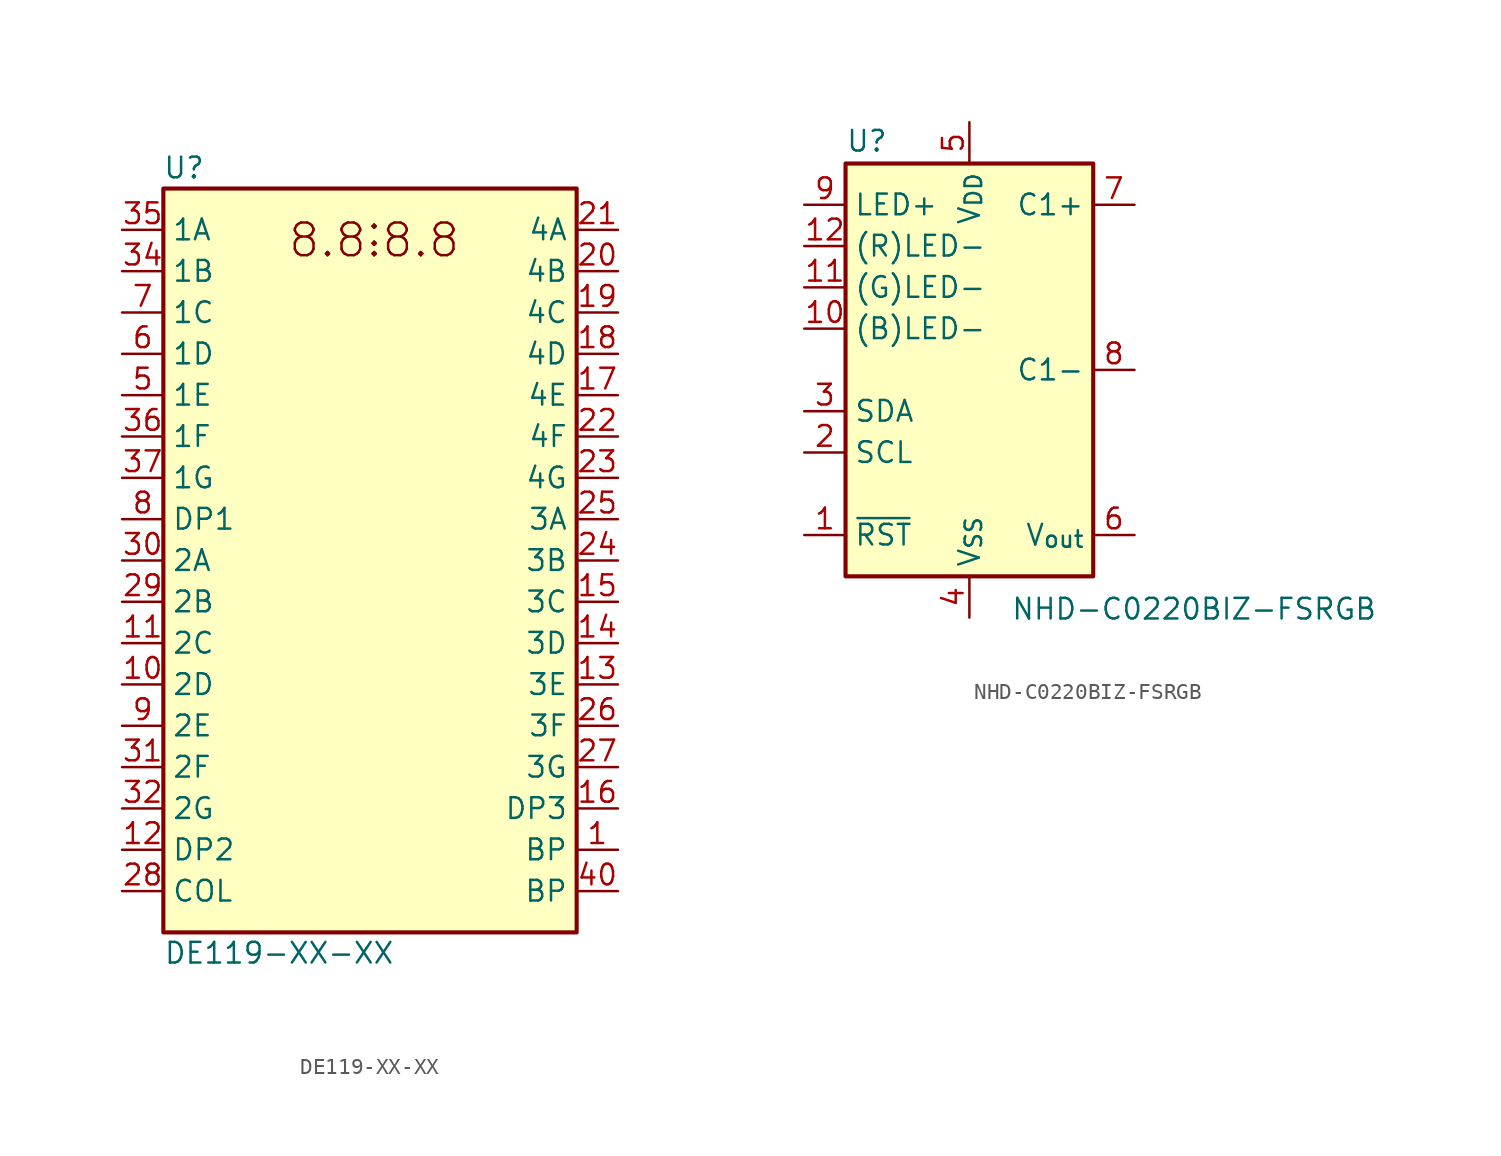
<source format=kicad_sym>
(kicad_symbol_lib
  (version 20220914)
  (generator kicad_symbol_editor)
  (symbol "DE119-XX-XX"
    (property "Reference" "U"
      (at -11.43 24.13 0)
      (effects (font (size 1.27 1.27))))
    (property "Value" "DE119-XX-XX"
      (at -12.7 -24.13 0)
      (effects (font (size 1.27 1.27)) (justify left)))
    (symbol "DE119-XX-XX_0_0"
      (text ":" (at 0.254 20.32 0) (effects (font (size 2.007 2.007)))))
    (symbol "DE119-XX-XX_0_1"
      (rectangle (start -12.7 22.86) (end 12.7 -22.86) (stroke (width 0.254) (type default)) (fill (type background))))
    (symbol "DE119-XX-XX_1_0"
      (text "8.8.8.8" (at 0.254 19.685 0) (effects (font (size 2.007 2.007))))
      (pin input line (at 15.24 -12.7 180) (length 2.54) (name "3G" (effects (font (size 1.27 1.27)))) (number "27" (effects (font (size 1.27 1.27)))))
      (pin input line (at -15.24 -20.32 0) (length 2.54) (name "COL" (effects (font (size 1.27 1.27)))) (number "28" (effects (font (size 1.27 1.27)))))
      (pin input line (at -15.24 -2.54 0) (length 2.54) (name "2B" (effects (font (size 1.27 1.27)))) (number "29" (effects (font (size 1.27 1.27)))))
      (pin input line (at -15.24 0 0) (length 2.54) (name "2A" (effects (font (size 1.27 1.27)))) (number "30" (effects (font (size 1.27 1.27)))))
      (pin input line (at -15.24 -12.7 0) (length 2.54) (name "2F" (effects (font (size 1.27 1.27)))) (number "31" (effects (font (size 1.27 1.27)))))
      (pin input line (at -15.24 -15.24 0) (length 2.54) (name "2G" (effects (font (size 1.27 1.27)))) (number "32" (effects (font (size 1.27 1.27)))))
      (pin input line (at -15.24 17.78 0) (length 2.54) (name "1B" (effects (font (size 1.27 1.27)))) (number "34" (effects (font (size 1.27 1.27)))))
      (pin input line (at -15.24 20.32 0) (length 2.54) (name "1A" (effects (font (size 1.27 1.27)))) (number "35" (effects (font (size 1.27 1.27)))))
      (pin input line (at -15.24 7.62 0) (length 2.54) (name "1F" (effects (font (size 1.27 1.27)))) (number "36" (effects (font (size 1.27 1.27)))))
      (pin input line (at -15.24 5.08 0) (length 2.54) (name "1G" (effects (font (size 1.27 1.27)))) (number "37" (effects (font (size 1.27 1.27))))))
    (symbol "DE119-XX-XX_1_1"
      (pin input line (at 15.24 -17.78 180) (length 2.54) (name "BP" (effects (font (size 1.27 1.27)))) (number "1" (effects (font (size 1.27 1.27)))))
      (pin input line (at -15.24 -7.62 0) (length 2.54) (name "2D" (effects (font (size 1.27 1.27)))) (number "10" (effects (font (size 1.27 1.27)))))
      (pin input line (at -15.24 -5.08 0) (length 2.54) (name "2C" (effects (font (size 1.27 1.27)))) (number "11" (effects (font (size 1.27 1.27)))))
      (pin input line (at -15.24 -17.78 0) (length 2.54) (name "DP2" (effects (font (size 1.27 1.27)))) (number "12" (effects (font (size 1.27 1.27)))))
      (pin input line (at 15.24 -7.62 180) (length 2.54) (name "3E" (effects (font (size 1.27 1.27)))) (number "13" (effects (font (size 1.27 1.27)))))
      (pin input line (at 15.24 -5.08 180) (length 2.54) (name "3D" (effects (font (size 1.27 1.27)))) (number "14" (effects (font (size 1.27 1.27)))))
      (pin input line (at 15.24 -2.54 180) (length 2.54) (name "3C" (effects (font (size 1.27 1.27)))) (number "15" (effects (font (size 1.27 1.27)))))
      (pin input line (at 15.24 -15.24 180) (length 2.54) (name "DP3" (effects (font (size 1.27 1.27)))) (number "16" (effects (font (size 1.27 1.27)))))
      (pin input line (at 15.24 10.16 180) (length 2.54) (name "4E" (effects (font (size 1.27 1.27)))) (number "17" (effects (font (size 1.27 1.27)))))
      (pin input line (at 15.24 12.7 180) (length 2.54) (name "4D" (effects (font (size 1.27 1.27)))) (number "18" (effects (font (size 1.27 1.27)))))
      (pin input line (at 15.24 15.24 180) (length 2.54) (name "4C" (effects (font (size 1.27 1.27)))) (number "19" (effects (font (size 1.27 1.27)))))
      (pin no_connect line (at -5.08 25.4 270) (length 2.54) hide (name "" (effects (font (size 1.27 1.27)))) (number "2" (effects (font (size 1.27 1.27)))))
      (pin input line (at 15.24 17.78 180) (length 2.54) (name "4B" (effects (font (size 1.27 1.27)))) (number "20" (effects (font (size 1.27 1.27)))))
      (pin input line (at 15.24 20.32 180) (length 2.54) (name "4A" (effects (font (size 1.27 1.27)))) (number "21" (effects (font (size 1.27 1.27)))))
      (pin input line (at 15.24 7.62 180) (length 2.54) (name "4F" (effects (font (size 1.27 1.27)))) (number "22" (effects (font (size 1.27 1.27)))))
      (pin input line (at 15.24 5.08 180) (length 2.54) (name "4G" (effects (font (size 1.27 1.27)))) (number "23" (effects (font (size 1.27 1.27)))))
      (pin input line (at 15.24 0 180) (length 2.54) (name "3B" (effects (font (size 1.27 1.27)))) (number "24" (effects (font (size 1.27 1.27)))))
      (pin input line (at 15.24 2.54 180) (length 2.54) (name "3A" (effects (font (size 1.27 1.27)))) (number "25" (effects (font (size 1.27 1.27)))))
      (pin input line (at 15.24 -10.16 180) (length 2.54) (name "3F" (effects (font (size 1.27 1.27)))) (number "26" (effects (font (size 1.27 1.27)))))
      (pin no_connect line (at -2.54 25.4 270) (length 2.54) hide (name "" (effects (font (size 1.27 1.27)))) (number "3" (effects (font (size 1.27 1.27)))))
      (pin no_connect line (at 2.54 25.4 270) (length 2.54) hide (name "" (effects (font (size 1.27 1.27)))) (number "33" (effects (font (size 1.27 1.27)))))
      (pin no_connect line (at 5.08 25.4 270) (length 2.54) hide (name "" (effects (font (size 1.27 1.27)))) (number "38" (effects (font (size 1.27 1.27)))))
      (pin no_connect line (at 7.62 25.4 270) (length 2.54) hide (name "" (effects (font (size 1.27 1.27)))) (number "39" (effects (font (size 1.27 1.27)))))
      (pin no_connect line (at 0 25.4 270) (length 2.54) hide (name "" (effects (font (size 1.27 1.27)))) (number "4" (effects (font (size 1.27 1.27)))))
      (pin input line (at 15.24 -20.32 180) (length 2.54) (name "BP" (effects (font (size 1.27 1.27)))) (number "40" (effects (font (size 1.27 1.27)))))
      (pin input line (at -15.24 10.16 0) (length 2.54) (name "1E" (effects (font (size 1.27 1.27)))) (number "5" (effects (font (size 1.27 1.27)))))
      (pin input line (at -15.24 12.7 0) (length 2.54) (name "1D" (effects (font (size 1.27 1.27)))) (number "6" (effects (font (size 1.27 1.27)))))
      (pin input line (at -15.24 15.24 0) (length 2.54) (name "1C" (effects (font (size 1.27 1.27)))) (number "7" (effects (font (size 1.27 1.27)))))
      (pin input line (at -15.24 2.54 0) (length 2.54) (name "DP1" (effects (font (size 1.27 1.27)))) (number "8" (effects (font (size 1.27 1.27)))))
      (pin input line (at -15.24 -10.16 0) (length 2.54) (name "2E" (effects (font (size 1.27 1.27)))) (number "9" (effects (font (size 1.27 1.27)))))))
  (symbol "NHD-C0220BIZ-FSRGB"
    (property "Reference" "U"
      (at -7.62 13.335 0)
      (effects (font (size 1.27 1.27)) (justify left bottom)))
    (property "Value" "NHD-C0220BIZ-FSRGB"
      (at 2.54 -13.97 0)
      (effects (font (size 1.27 1.27)) (justify left top)))
    (symbol "NHD-C0220BIZ-FSRGB_0_1"
      (rectangle (start -7.62 12.7) (end 7.62 -12.7) (stroke (width 0.254) (type default)) (fill (type background))))
    (symbol "NHD-C0220BIZ-FSRGB_1_1"
      (pin input line (at -10.16 -10.16 0) (length 2.54) (name "~{RST}" (effects (font (size 1.27 1.27)))) (number "1" (effects (font (size 1.27 1.27)))))
      (pin passive line (at -10.16 2.54 0) (length 2.54) (name "(B)LED-" (effects (font (size 1.27 1.27)))) (number "10" (effects (font (size 1.27 1.27)))))
      (pin passive line (at -10.16 5.08 0) (length 2.54) (name "(G)LED-" (effects (font (size 1.27 1.27)))) (number "11" (effects (font (size 1.27 1.27)))))
      (pin passive line (at -10.16 7.62 0) (length 2.54) (name "(R)LED-" (effects (font (size 1.27 1.27)))) (number "12" (effects (font (size 1.27 1.27)))))
      (pin input line (at -10.16 -5.08 0) (length 2.54) (name "SCL" (effects (font (size 1.27 1.27)))) (number "2" (effects (font (size 1.27 1.27)))))
      (pin bidirectional line (at -10.16 -2.54 0) (length 2.54) (name "SDA" (effects (font (size 1.27 1.27)))) (number "3" (effects (font (size 1.27 1.27)))))
      (pin power_in line (at 0 -15.24 90) (length 2.54) (name "V_{SS}" (effects (font (size 1.27 1.27)))) (number "4" (effects (font (size 1.27 1.27)))))
      (pin power_in line (at 0 15.24 270) (length 2.54) (name "V_{DD}" (effects (font (size 1.27 1.27)))) (number "5" (effects (font (size 1.27 1.27)))))
      (pin passive line (at 10.16 -10.16 180) (length 2.54) (name "V_{out}" (effects (font (size 1.27 1.27)))) (number "6" (effects (font (size 1.27 1.27)))))
      (pin passive line (at 10.16 10.16 180) (length 2.54) (name "C1+" (effects (font (size 1.27 1.27)))) (number "7" (effects (font (size 1.27 1.27)))))
      (pin passive line (at 10.16 0 180) (length 2.54) (name "C1-" (effects (font (size 1.27 1.27)))) (number "8" (effects (font (size 1.27 1.27)))))
      (pin passive line (at -10.16 10.16 0) (length 2.54) (name "LED+" (effects (font (size 1.27 1.27)))) (number "9" (effects (font (size 1.27 1.27))))))))
</source>
